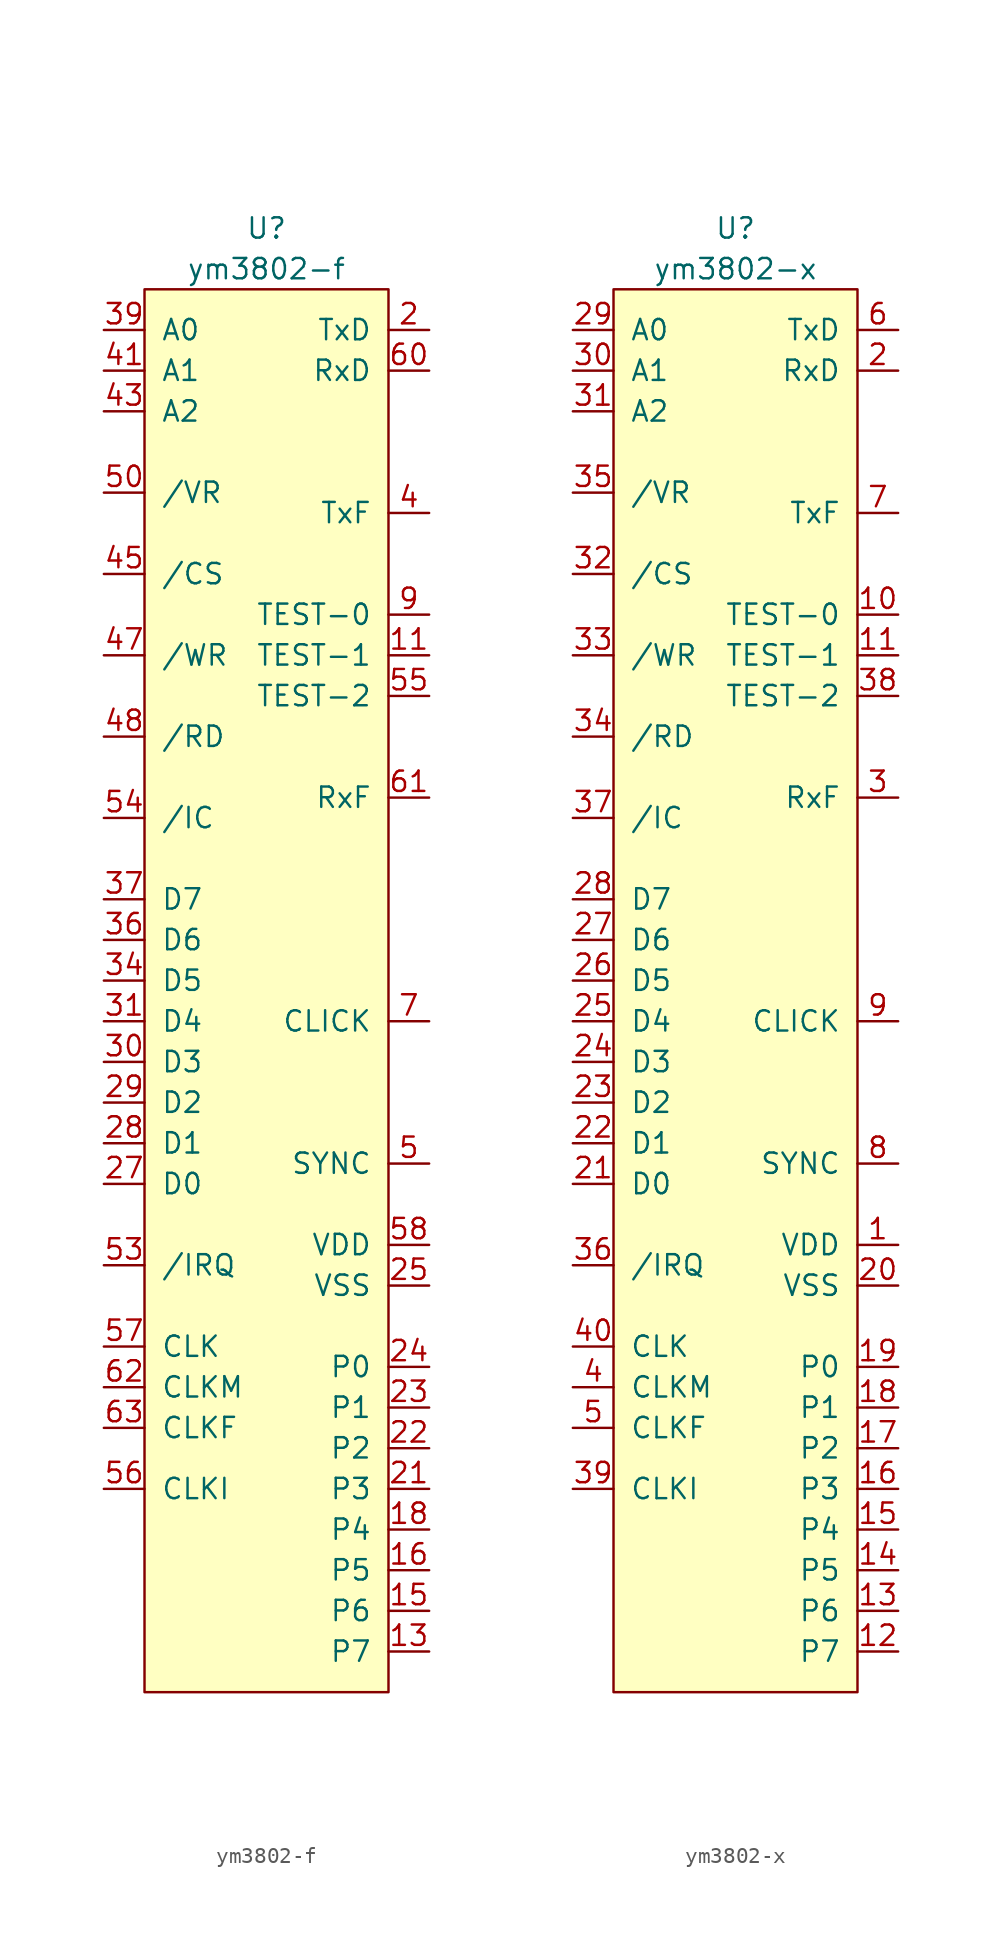
<source format=kicad_sym>
(kicad_symbol_lib
  (version 20231120)
  (generator "kicad_symbol_editor")
  (generator_version "8.0")
  (symbol "ym3802-f"
    (pin_names
      (offset 1.016))
    (property "Reference" "U"
      (at 7.62 3.81 0)
      (effects (font (size 1.27 1.27))))
    (property "Value" "ym3802-f"
      (at 7.62 1.27 0)
      (effects (font (size 1.27 1.27))))
    (symbol "ym3802-f_0_1"
      (rectangle (start 0 0) (end 15.24 -87.63) (stroke (width 0) (type solid)) (fill (type background))))
    (symbol "ym3802-f_1_1"
      (pin input line (at 17.78 -22.86 180) (length 2.54) (name "TEST-1" (effects (font (size 1.27 1.27)))) (number "11" (effects (font (size 1.27 1.27)))))
      (pin bidirectional line (at 17.78 -85.09 180) (length 2.54) (name "P7" (effects (font (size 1.27 1.27)))) (number "13" (effects (font (size 1.27 1.27)))))
      (pin bidirectional line (at 17.78 -82.55 180) (length 2.54) (name "P6" (effects (font (size 1.27 1.27)))) (number "15" (effects (font (size 1.27 1.27)))))
      (pin bidirectional line (at 17.78 -80.01 180) (length 2.54) (name "P5" (effects (font (size 1.27 1.27)))) (number "16" (effects (font (size 1.27 1.27)))))
      (pin bidirectional line (at 17.78 -77.47 180) (length 2.54) (name "P4" (effects (font (size 1.27 1.27)))) (number "18" (effects (font (size 1.27 1.27)))))
      (pin output line (at 17.78 -2.54 180) (length 2.54) (name "TxD" (effects (font (size 1.27 1.27)))) (number "2" (effects (font (size 1.27 1.27)))))
      (pin bidirectional line (at 17.78 -74.93 180) (length 2.54) (name "P3" (effects (font (size 1.27 1.27)))) (number "21" (effects (font (size 1.27 1.27)))))
      (pin bidirectional line (at 17.78 -72.39 180) (length 2.54) (name "P2" (effects (font (size 1.27 1.27)))) (number "22" (effects (font (size 1.27 1.27)))))
      (pin bidirectional line (at 17.78 -69.85 180) (length 2.54) (name "P1" (effects (font (size 1.27 1.27)))) (number "23" (effects (font (size 1.27 1.27)))))
      (pin bidirectional line (at 17.78 -67.31 180) (length 2.54) (name "P0" (effects (font (size 1.27 1.27)))) (number "24" (effects (font (size 1.27 1.27)))))
      (pin input line (at 17.78 -62.23 180) (length 2.54) (name "VSS" (effects (font (size 1.27 1.27)))) (number "25" (effects (font (size 1.27 1.27)))))
      (pin input line (at -2.54 -55.88 0) (length 2.54) (name "D0" (effects (font (size 1.27 1.27)))) (number "27" (effects (font (size 1.27 1.27)))))
      (pin input line (at -2.54 -53.34 0) (length 2.54) (name "D1" (effects (font (size 1.27 1.27)))) (number "28" (effects (font (size 1.27 1.27)))))
      (pin input line (at -2.54 -50.8 0) (length 2.54) (name "D2" (effects (font (size 1.27 1.27)))) (number "29" (effects (font (size 1.27 1.27)))))
      (pin input line (at -2.54 -48.26 0) (length 2.54) (name "D3" (effects (font (size 1.27 1.27)))) (number "30" (effects (font (size 1.27 1.27)))))
      (pin input line (at -2.54 -45.72 0) (length 2.54) (name "D4" (effects (font (size 1.27 1.27)))) (number "31" (effects (font (size 1.27 1.27)))))
      (pin input line (at -2.54 -43.18 0) (length 2.54) (name "D5" (effects (font (size 1.27 1.27)))) (number "34" (effects (font (size 1.27 1.27)))))
      (pin input line (at -2.54 -40.64 0) (length 2.54) (name "D6" (effects (font (size 1.27 1.27)))) (number "36" (effects (font (size 1.27 1.27)))))
      (pin input line (at -2.54 -38.1 0) (length 2.54) (name "D7" (effects (font (size 1.27 1.27)))) (number "37" (effects (font (size 1.27 1.27)))))
      (pin input line (at -2.54 -2.54 0) (length 2.54) (name "A0" (effects (font (size 1.27 1.27)))) (number "39" (effects (font (size 1.27 1.27)))))
      (pin output line (at 17.78 -13.97 180) (length 2.54) (name "TxF" (effects (font (size 1.27 1.27)))) (number "4" (effects (font (size 1.27 1.27)))))
      (pin input line (at -2.54 -5.08 0) (length 2.54) (name "A1" (effects (font (size 1.27 1.27)))) (number "41" (effects (font (size 1.27 1.27)))))
      (pin input line (at -2.54 -7.62 0) (length 2.54) (name "A2" (effects (font (size 1.27 1.27)))) (number "43" (effects (font (size 1.27 1.27)))))
      (pin input line (at -2.54 -17.78 0) (length 2.54) (name "/CS" (effects (font (size 1.27 1.27)))) (number "45" (effects (font (size 1.27 1.27)))))
      (pin input line (at -2.54 -22.86 0) (length 2.54) (name "/WR" (effects (font (size 1.27 1.27)))) (number "47" (effects (font (size 1.27 1.27)))))
      (pin input line (at -2.54 -27.94 0) (length 2.54) (name "/RD" (effects (font (size 1.27 1.27)))) (number "48" (effects (font (size 1.27 1.27)))))
      (pin output line (at 17.78 -54.61 180) (length 2.54) (name "SYNC" (effects (font (size 1.27 1.27)))) (number "5" (effects (font (size 1.27 1.27)))))
      (pin input line (at -2.54 -12.7 0) (length 2.54) (name "/VR" (effects (font (size 1.27 1.27)))) (number "50" (effects (font (size 1.27 1.27)))))
      (pin output line (at -2.54 -60.96 0) (length 2.54) (name "/IRQ" (effects (font (size 1.27 1.27)))) (number "53" (effects (font (size 1.27 1.27)))))
      (pin input line (at -2.54 -33.02 0) (length 2.54) (name "/IC" (effects (font (size 1.27 1.27)))) (number "54" (effects (font (size 1.27 1.27)))))
      (pin input line (at 17.78 -25.4 180) (length 2.54) (name "TEST-2" (effects (font (size 1.27 1.27)))) (number "55" (effects (font (size 1.27 1.27)))))
      (pin output line (at -2.54 -74.93 0) (length 2.54) (name "CLKI" (effects (font (size 1.27 1.27)))) (number "56" (effects (font (size 1.27 1.27)))))
      (pin input line (at -2.54 -66.04 0) (length 2.54) (name "CLK" (effects (font (size 1.27 1.27)))) (number "57" (effects (font (size 1.27 1.27)))))
      (pin input line (at 17.78 -59.69 180) (length 2.54) (name "VDD" (effects (font (size 1.27 1.27)))) (number "58" (effects (font (size 1.27 1.27)))))
      (pin input line (at 17.78 -5.08 180) (length 2.54) (name "RxD" (effects (font (size 1.27 1.27)))) (number "60" (effects (font (size 1.27 1.27)))))
      (pin input line (at 17.78 -31.75 180) (length 2.54) (name "RxF" (effects (font (size 1.27 1.27)))) (number "61" (effects (font (size 1.27 1.27)))))
      (pin input line (at -2.54 -68.58 0) (length 2.54) (name "CLKM" (effects (font (size 1.27 1.27)))) (number "62" (effects (font (size 1.27 1.27)))))
      (pin input line (at -2.54 -71.12 0) (length 2.54) (name "CLKF" (effects (font (size 1.27 1.27)))) (number "63" (effects (font (size 1.27 1.27)))))
      (pin output line (at 17.78 -45.72 180) (length 2.54) (name "CLICK" (effects (font (size 1.27 1.27)))) (number "7" (effects (font (size 1.27 1.27)))))
      (pin input line (at 17.78 -20.32 180) (length 2.54) (name "TEST-0" (effects (font (size 1.27 1.27)))) (number "9" (effects (font (size 1.27 1.27)))))))
  (symbol "ym3802-x"
    (pin_names
      (offset 1.016))
    (property "Reference" "U"
      (at 7.62 3.81 0)
      (effects (font (size 1.27 1.27))))
    (property "Value" "ym3802-x"
      (at 7.62 1.27 0)
      (effects (font (size 1.27 1.27))))
    (symbol "ym3802-x_0_1"
      (rectangle (start 0 0) (end 15.24 -87.63) (stroke (width 0) (type solid)) (fill (type background))))
    (symbol "ym3802-x_1_1"
      (pin input line (at 17.78 -59.69 180) (length 2.54) (name "VDD" (effects (font (size 1.27 1.27)))) (number "1" (effects (font (size 1.27 1.27)))))
      (pin input line (at 17.78 -20.32 180) (length 2.54) (name "TEST-0" (effects (font (size 1.27 1.27)))) (number "10" (effects (font (size 1.27 1.27)))))
      (pin input line (at 17.78 -22.86 180) (length 2.54) (name "TEST-1" (effects (font (size 1.27 1.27)))) (number "11" (effects (font (size 1.27 1.27)))))
      (pin bidirectional line (at 17.78 -85.09 180) (length 2.54) (name "P7" (effects (font (size 1.27 1.27)))) (number "12" (effects (font (size 1.27 1.27)))))
      (pin bidirectional line (at 17.78 -82.55 180) (length 2.54) (name "P6" (effects (font (size 1.27 1.27)))) (number "13" (effects (font (size 1.27 1.27)))))
      (pin bidirectional line (at 17.78 -80.01 180) (length 2.54) (name "P5" (effects (font (size 1.27 1.27)))) (number "14" (effects (font (size 1.27 1.27)))))
      (pin bidirectional line (at 17.78 -77.47 180) (length 2.54) (name "P4" (effects (font (size 1.27 1.27)))) (number "15" (effects (font (size 1.27 1.27)))))
      (pin bidirectional line (at 17.78 -74.93 180) (length 2.54) (name "P3" (effects (font (size 1.27 1.27)))) (number "16" (effects (font (size 1.27 1.27)))))
      (pin bidirectional line (at 17.78 -72.39 180) (length 2.54) (name "P2" (effects (font (size 1.27 1.27)))) (number "17" (effects (font (size 1.27 1.27)))))
      (pin bidirectional line (at 17.78 -69.85 180) (length 2.54) (name "P1" (effects (font (size 1.27 1.27)))) (number "18" (effects (font (size 1.27 1.27)))))
      (pin bidirectional line (at 17.78 -67.31 180) (length 2.54) (name "P0" (effects (font (size 1.27 1.27)))) (number "19" (effects (font (size 1.27 1.27)))))
      (pin input line (at 17.78 -5.08 180) (length 2.54) (name "RxD" (effects (font (size 1.27 1.27)))) (number "2" (effects (font (size 1.27 1.27)))))
      (pin input line (at 17.78 -62.23 180) (length 2.54) (name "VSS" (effects (font (size 1.27 1.27)))) (number "20" (effects (font (size 1.27 1.27)))))
      (pin input line (at -2.54 -55.88 0) (length 2.54) (name "D0" (effects (font (size 1.27 1.27)))) (number "21" (effects (font (size 1.27 1.27)))))
      (pin input line (at -2.54 -53.34 0) (length 2.54) (name "D1" (effects (font (size 1.27 1.27)))) (number "22" (effects (font (size 1.27 1.27)))))
      (pin input line (at -2.54 -50.8 0) (length 2.54) (name "D2" (effects (font (size 1.27 1.27)))) (number "23" (effects (font (size 1.27 1.27)))))
      (pin input line (at -2.54 -48.26 0) (length 2.54) (name "D3" (effects (font (size 1.27 1.27)))) (number "24" (effects (font (size 1.27 1.27)))))
      (pin input line (at -2.54 -45.72 0) (length 2.54) (name "D4" (effects (font (size 1.27 1.27)))) (number "25" (effects (font (size 1.27 1.27)))))
      (pin input line (at -2.54 -43.18 0) (length 2.54) (name "D5" (effects (font (size 1.27 1.27)))) (number "26" (effects (font (size 1.27 1.27)))))
      (pin input line (at -2.54 -40.64 0) (length 2.54) (name "D6" (effects (font (size 1.27 1.27)))) (number "27" (effects (font (size 1.27 1.27)))))
      (pin input line (at -2.54 -38.1 0) (length 2.54) (name "D7" (effects (font (size 1.27 1.27)))) (number "28" (effects (font (size 1.27 1.27)))))
      (pin input line (at -2.54 -2.54 0) (length 2.54) (name "A0" (effects (font (size 1.27 1.27)))) (number "29" (effects (font (size 1.27 1.27)))))
      (pin input line (at 17.78 -31.75 180) (length 2.54) (name "RxF" (effects (font (size 1.27 1.27)))) (number "3" (effects (font (size 1.27 1.27)))))
      (pin input line (at -2.54 -5.08 0) (length 2.54) (name "A1" (effects (font (size 1.27 1.27)))) (number "30" (effects (font (size 1.27 1.27)))))
      (pin input line (at -2.54 -7.62 0) (length 2.54) (name "A2" (effects (font (size 1.27 1.27)))) (number "31" (effects (font (size 1.27 1.27)))))
      (pin input line (at -2.54 -17.78 0) (length 2.54) (name "/CS" (effects (font (size 1.27 1.27)))) (number "32" (effects (font (size 1.27 1.27)))))
      (pin input line (at -2.54 -22.86 0) (length 2.54) (name "/WR" (effects (font (size 1.27 1.27)))) (number "33" (effects (font (size 1.27 1.27)))))
      (pin input line (at -2.54 -27.94 0) (length 2.54) (name "/RD" (effects (font (size 1.27 1.27)))) (number "34" (effects (font (size 1.27 1.27)))))
      (pin input line (at -2.54 -12.7 0) (length 2.54) (name "/VR" (effects (font (size 1.27 1.27)))) (number "35" (effects (font (size 1.27 1.27)))))
      (pin output line (at -2.54 -60.96 0) (length 2.54) (name "/IRQ" (effects (font (size 1.27 1.27)))) (number "36" (effects (font (size 1.27 1.27)))))
      (pin input line (at -2.54 -33.02 0) (length 2.54) (name "/IC" (effects (font (size 1.27 1.27)))) (number "37" (effects (font (size 1.27 1.27)))))
      (pin input line (at 17.78 -25.4 180) (length 2.54) (name "TEST-2" (effects (font (size 1.27 1.27)))) (number "38" (effects (font (size 1.27 1.27)))))
      (pin output line (at -2.54 -74.93 0) (length 2.54) (name "CLKI" (effects (font (size 1.27 1.27)))) (number "39" (effects (font (size 1.27 1.27)))))
      (pin input line (at -2.54 -68.58 0) (length 2.54) (name "CLKM" (effects (font (size 1.27 1.27)))) (number "4" (effects (font (size 1.27 1.27)))))
      (pin input line (at -2.54 -66.04 0) (length 2.54) (name "CLK" (effects (font (size 1.27 1.27)))) (number "40" (effects (font (size 1.27 1.27)))))
      (pin input line (at -2.54 -71.12 0) (length 2.54) (name "CLKF" (effects (font (size 1.27 1.27)))) (number "5" (effects (font (size 1.27 1.27)))))
      (pin output line (at 17.78 -2.54 180) (length 2.54) (name "TxD" (effects (font (size 1.27 1.27)))) (number "6" (effects (font (size 1.27 1.27)))))
      (pin output line (at 17.78 -13.97 180) (length 2.54) (name "TxF" (effects (font (size 1.27 1.27)))) (number "7" (effects (font (size 1.27 1.27)))))
      (pin output line (at 17.78 -54.61 180) (length 2.54) (name "SYNC" (effects (font (size 1.27 1.27)))) (number "8" (effects (font (size 1.27 1.27)))))
      (pin output line (at 17.78 -45.72 180) (length 2.54) (name "CLICK" (effects (font (size 1.27 1.27)))) (number "9" (effects (font (size 1.27 1.27))))))))
</source>
